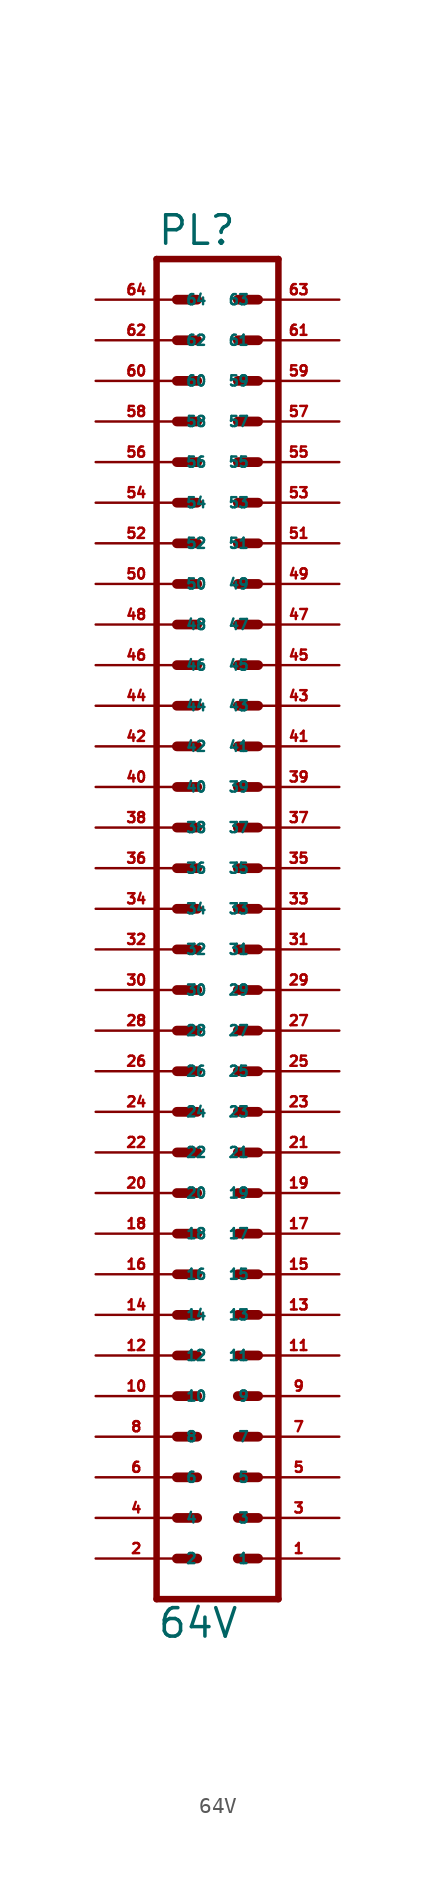
<source format=kicad_sym>
(kicad_symbol_lib
  (version 20220914)
  (generator Eagle2Kicad)
  (symbol "64V"
    (property "Reference" "PL"
      (at -3.81 41.402 0)
      (effects (font (size 1.778 1.778) (thickness 0.22)) (justify left bottom)))
    (property "Value" "64V"
      (at -3.81 -45.72 0)
      (effects (font (size 1.778 1.778) (thickness 0.22)) (justify left bottom)))
    (polyline
      (pts (xy 3.81 -43.18) (xy -3.81 -43.18))
      (stroke (width 0.406) (type default))
      (fill (type none)))
    (polyline
      (pts (xy 1.27 -30.48) (xy 2.54 -30.48))
      (stroke (width 0.61) (type default))
      (fill (type none)))
    (polyline
      (pts (xy 1.27 -33.02) (xy 2.54 -33.02))
      (stroke (width 0.61) (type default))
      (fill (type none)))
    (polyline
      (pts (xy 1.27 -35.56) (xy 2.54 -35.56))
      (stroke (width 0.61) (type default))
      (fill (type none)))
    (polyline
      (pts (xy 1.27 -38.1) (xy 2.54 -38.1))
      (stroke (width 0.61) (type default))
      (fill (type none)))
    (polyline
      (pts (xy 1.27 -40.64) (xy 2.54 -40.64))
      (stroke (width 0.61) (type default))
      (fill (type none)))
    (polyline
      (pts (xy -2.54 -30.48) (xy -1.27 -30.48))
      (stroke (width 0.61) (type default))
      (fill (type none)))
    (polyline
      (pts (xy -2.54 -33.02) (xy -1.27 -33.02))
      (stroke (width 0.61) (type default))
      (fill (type none)))
    (polyline
      (pts (xy -2.54 -35.56) (xy -1.27 -35.56))
      (stroke (width 0.61) (type default))
      (fill (type none)))
    (polyline
      (pts (xy -2.54 -38.1) (xy -1.27 -38.1))
      (stroke (width 0.61) (type default))
      (fill (type none)))
    (polyline
      (pts (xy -2.54 -40.64) (xy -1.27 -40.64))
      (stroke (width 0.61) (type default))
      (fill (type none)))
    (polyline
      (pts (xy 1.27 -17.78) (xy 2.54 -17.78))
      (stroke (width 0.61) (type default))
      (fill (type none)))
    (polyline
      (pts (xy 1.27 -20.32) (xy 2.54 -20.32))
      (stroke (width 0.61) (type default))
      (fill (type none)))
    (polyline
      (pts (xy 1.27 -22.86) (xy 2.54 -22.86))
      (stroke (width 0.61) (type default))
      (fill (type none)))
    (polyline
      (pts (xy 1.27 -25.4) (xy 2.54 -25.4))
      (stroke (width 0.61) (type default))
      (fill (type none)))
    (polyline
      (pts (xy 1.27 -27.94) (xy 2.54 -27.94))
      (stroke (width 0.61) (type default))
      (fill (type none)))
    (polyline
      (pts (xy -2.54 -17.78) (xy -1.27 -17.78))
      (stroke (width 0.61) (type default))
      (fill (type none)))
    (polyline
      (pts (xy -2.54 -20.32) (xy -1.27 -20.32))
      (stroke (width 0.61) (type default))
      (fill (type none)))
    (polyline
      (pts (xy -2.54 -22.86) (xy -1.27 -22.86))
      (stroke (width 0.61) (type default))
      (fill (type none)))
    (polyline
      (pts (xy -2.54 -25.4) (xy -1.27 -25.4))
      (stroke (width 0.61) (type default))
      (fill (type none)))
    (polyline
      (pts (xy -2.54 -27.94) (xy -1.27 -27.94))
      (stroke (width 0.61) (type default))
      (fill (type none)))
    (polyline
      (pts (xy 1.27 -5.08) (xy 2.54 -5.08))
      (stroke (width 0.61) (type default))
      (fill (type none)))
    (polyline
      (pts (xy 1.27 -7.62) (xy 2.54 -7.62))
      (stroke (width 0.61) (type default))
      (fill (type none)))
    (polyline
      (pts (xy 1.27 -10.16) (xy 2.54 -10.16))
      (stroke (width 0.61) (type default))
      (fill (type none)))
    (polyline
      (pts (xy 1.27 -12.7) (xy 2.54 -12.7))
      (stroke (width 0.61) (type default))
      (fill (type none)))
    (polyline
      (pts (xy 1.27 -15.24) (xy 2.54 -15.24))
      (stroke (width 0.61) (type default))
      (fill (type none)))
    (polyline
      (pts (xy -2.54 -5.08) (xy -1.27 -5.08))
      (stroke (width 0.61) (type default))
      (fill (type none)))
    (polyline
      (pts (xy -2.54 -7.62) (xy -1.27 -7.62))
      (stroke (width 0.61) (type default))
      (fill (type none)))
    (polyline
      (pts (xy -2.54 -10.16) (xy -1.27 -10.16))
      (stroke (width 0.61) (type default))
      (fill (type none)))
    (polyline
      (pts (xy -2.54 -12.7) (xy -1.27 -12.7))
      (stroke (width 0.61) (type default))
      (fill (type none)))
    (polyline
      (pts (xy -2.54 -15.24) (xy -1.27 -15.24))
      (stroke (width 0.61) (type default))
      (fill (type none)))
    (polyline
      (pts (xy -3.81 40.64) (xy -3.81 -43.18))
      (stroke (width 0.406) (type default))
      (fill (type none)))
    (polyline
      (pts (xy 3.81 -43.18) (xy 3.81 40.64))
      (stroke (width 0.406) (type default))
      (fill (type none)))
    (polyline
      (pts (xy -3.81 40.64) (xy 3.81 40.64))
      (stroke (width 0.406) (type default))
      (fill (type none)))
    (polyline
      (pts (xy 1.27 7.62) (xy 2.54 7.62))
      (stroke (width 0.61) (type default))
      (fill (type none)))
    (polyline
      (pts (xy 1.27 5.08) (xy 2.54 5.08))
      (stroke (width 0.61) (type default))
      (fill (type none)))
    (polyline
      (pts (xy 1.27 2.54) (xy 2.54 2.54))
      (stroke (width 0.61) (type default))
      (fill (type none)))
    (polyline
      (pts (xy 1.27 0) (xy 2.54 0))
      (stroke (width 0.61) (type default))
      (fill (type none)))
    (polyline
      (pts (xy 1.27 -2.54) (xy 2.54 -2.54))
      (stroke (width 0.61) (type default))
      (fill (type none)))
    (polyline
      (pts (xy -2.54 7.62) (xy -1.27 7.62))
      (stroke (width 0.61) (type default))
      (fill (type none)))
    (polyline
      (pts (xy -2.54 5.08) (xy -1.27 5.08))
      (stroke (width 0.61) (type default))
      (fill (type none)))
    (polyline
      (pts (xy -2.54 2.54) (xy -1.27 2.54))
      (stroke (width 0.61) (type default))
      (fill (type none)))
    (polyline
      (pts (xy -2.54 0) (xy -1.27 0))
      (stroke (width 0.61) (type default))
      (fill (type none)))
    (polyline
      (pts (xy -2.54 -2.54) (xy -1.27 -2.54))
      (stroke (width 0.61) (type default))
      (fill (type none)))
    (polyline
      (pts (xy 1.27 20.32) (xy 2.54 20.32))
      (stroke (width 0.61) (type default))
      (fill (type none)))
    (polyline
      (pts (xy 1.27 17.78) (xy 2.54 17.78))
      (stroke (width 0.61) (type default))
      (fill (type none)))
    (polyline
      (pts (xy 1.27 15.24) (xy 2.54 15.24))
      (stroke (width 0.61) (type default))
      (fill (type none)))
    (polyline
      (pts (xy 1.27 12.7) (xy 2.54 12.7))
      (stroke (width 0.61) (type default))
      (fill (type none)))
    (polyline
      (pts (xy 1.27 10.16) (xy 2.54 10.16))
      (stroke (width 0.61) (type default))
      (fill (type none)))
    (polyline
      (pts (xy -2.54 20.32) (xy -1.27 20.32))
      (stroke (width 0.61) (type default))
      (fill (type none)))
    (polyline
      (pts (xy -2.54 17.78) (xy -1.27 17.78))
      (stroke (width 0.61) (type default))
      (fill (type none)))
    (polyline
      (pts (xy -2.54 15.24) (xy -1.27 15.24))
      (stroke (width 0.61) (type default))
      (fill (type none)))
    (polyline
      (pts (xy -2.54 12.7) (xy -1.27 12.7))
      (stroke (width 0.61) (type default))
      (fill (type none)))
    (polyline
      (pts (xy -2.54 10.16) (xy -1.27 10.16))
      (stroke (width 0.61) (type default))
      (fill (type none)))
    (polyline
      (pts (xy 1.27 22.86) (xy 2.54 22.86))
      (stroke (width 0.61) (type default))
      (fill (type none)))
    (polyline
      (pts (xy -2.54 22.86) (xy -1.27 22.86))
      (stroke (width 0.61) (type default))
      (fill (type none)))
    (polyline
      (pts (xy 1.27 35.56) (xy 2.54 35.56))
      (stroke (width 0.61) (type default))
      (fill (type none)))
    (polyline
      (pts (xy 1.27 33.02) (xy 2.54 33.02))
      (stroke (width 0.61) (type default))
      (fill (type none)))
    (polyline
      (pts (xy 1.27 30.48) (xy 2.54 30.48))
      (stroke (width 0.61) (type default))
      (fill (type none)))
    (polyline
      (pts (xy 1.27 27.94) (xy 2.54 27.94))
      (stroke (width 0.61) (type default))
      (fill (type none)))
    (polyline
      (pts (xy 1.27 25.4) (xy 2.54 25.4))
      (stroke (width 0.61) (type default))
      (fill (type none)))
    (polyline
      (pts (xy -2.54 35.56) (xy -1.27 35.56))
      (stroke (width 0.61) (type default))
      (fill (type none)))
    (polyline
      (pts (xy -2.54 33.02) (xy -1.27 33.02))
      (stroke (width 0.61) (type default))
      (fill (type none)))
    (polyline
      (pts (xy -2.54 30.48) (xy -1.27 30.48))
      (stroke (width 0.61) (type default))
      (fill (type none)))
    (polyline
      (pts (xy -2.54 27.94) (xy -1.27 27.94))
      (stroke (width 0.61) (type default))
      (fill (type none)))
    (polyline
      (pts (xy -2.54 25.4) (xy -1.27 25.4))
      (stroke (width 0.61) (type default))
      (fill (type none)))
    (polyline
      (pts (xy 1.27 38.1) (xy 2.54 38.1))
      (stroke (width 0.61) (type default))
      (fill (type none)))
    (polyline
      (pts (xy -2.54 38.1) (xy -1.27 38.1))
      (stroke (width 0.61) (type default))
      (fill (type none)))
    (pin passive line
      (at 7.62 -40.64 180)
      (length 5.08)
      (name "1" (effects (font (size 0.635 0.635) (thickness 0.08)) (justify left bottom)))
      (number "1" (effects (font (size 0.635 0.635) (thickness 0.08)) (justify left bottom))))
    (pin passive line
      (at 7.62 -38.1 180)
      (length 5.08)
      (name "3" (effects (font (size 0.635 0.635) (thickness 0.08)) (justify left bottom)))
      (number "3" (effects (font (size 0.635 0.635) (thickness 0.08)) (justify left bottom))))
    (pin passive line
      (at 7.62 -35.56 180)
      (length 5.08)
      (name "5" (effects (font (size 0.635 0.635) (thickness 0.08)) (justify left bottom)))
      (number "5" (effects (font (size 0.635 0.635) (thickness 0.08)) (justify left bottom))))
    (pin passive line
      (at 7.62 -33.02 180)
      (length 5.08)
      (name "7" (effects (font (size 0.635 0.635) (thickness 0.08)) (justify left bottom)))
      (number "7" (effects (font (size 0.635 0.635) (thickness 0.08)) (justify left bottom))))
    (pin passive line
      (at 7.62 -30.48 180)
      (length 5.08)
      (name "9" (effects (font (size 0.635 0.635) (thickness 0.08)) (justify left bottom)))
      (number "9" (effects (font (size 0.635 0.635) (thickness 0.08)) (justify left bottom))))
    (pin passive line
      (at -7.62 -40.64 0)
      (length 5.08)
      (name "2" (effects (font (size 0.635 0.635) (thickness 0.08)) (justify left bottom)))
      (number "2" (effects (font (size 0.635 0.635) (thickness 0.08)) (justify left bottom))))
    (pin passive line
      (at -7.62 -38.1 0)
      (length 5.08)
      (name "4" (effects (font (size 0.635 0.635) (thickness 0.08)) (justify left bottom)))
      (number "4" (effects (font (size 0.635 0.635) (thickness 0.08)) (justify left bottom))))
    (pin passive line
      (at -7.62 -35.56 0)
      (length 5.08)
      (name "6" (effects (font (size 0.635 0.635) (thickness 0.08)) (justify left bottom)))
      (number "6" (effects (font (size 0.635 0.635) (thickness 0.08)) (justify left bottom))))
    (pin passive line
      (at -7.62 -33.02 0)
      (length 5.08)
      (name "8" (effects (font (size 0.635 0.635) (thickness 0.08)) (justify left bottom)))
      (number "8" (effects (font (size 0.635 0.635) (thickness 0.08)) (justify left bottom))))
    (pin passive line
      (at -7.62 -30.48 0)
      (length 5.08)
      (name "10" (effects (font (size 0.635 0.635) (thickness 0.08)) (justify left bottom)))
      (number "10" (effects (font (size 0.635 0.635) (thickness 0.08)) (justify left bottom))))
    (pin passive line
      (at 7.62 -27.94 180)
      (length 5.08)
      (name "11" (effects (font (size 0.635 0.635) (thickness 0.08)) (justify left bottom)))
      (number "11" (effects (font (size 0.635 0.635) (thickness 0.08)) (justify left bottom))))
    (pin passive line
      (at 7.62 -25.4 180)
      (length 5.08)
      (name "13" (effects (font (size 0.635 0.635) (thickness 0.08)) (justify left bottom)))
      (number "13" (effects (font (size 0.635 0.635) (thickness 0.08)) (justify left bottom))))
    (pin passive line
      (at 7.62 -22.86 180)
      (length 5.08)
      (name "15" (effects (font (size 0.635 0.635) (thickness 0.08)) (justify left bottom)))
      (number "15" (effects (font (size 0.635 0.635) (thickness 0.08)) (justify left bottom))))
    (pin passive line
      (at 7.62 -20.32 180)
      (length 5.08)
      (name "17" (effects (font (size 0.635 0.635) (thickness 0.08)) (justify left bottom)))
      (number "17" (effects (font (size 0.635 0.635) (thickness 0.08)) (justify left bottom))))
    (pin passive line
      (at 7.62 -17.78 180)
      (length 5.08)
      (name "19" (effects (font (size 0.635 0.635) (thickness 0.08)) (justify left bottom)))
      (number "19" (effects (font (size 0.635 0.635) (thickness 0.08)) (justify left bottom))))
    (pin passive line
      (at -7.62 -27.94 0)
      (length 5.08)
      (name "12" (effects (font (size 0.635 0.635) (thickness 0.08)) (justify left bottom)))
      (number "12" (effects (font (size 0.635 0.635) (thickness 0.08)) (justify left bottom))))
    (pin passive line
      (at -7.62 -25.4 0)
      (length 5.08)
      (name "14" (effects (font (size 0.635 0.635) (thickness 0.08)) (justify left bottom)))
      (number "14" (effects (font (size 0.635 0.635) (thickness 0.08)) (justify left bottom))))
    (pin passive line
      (at -7.62 -22.86 0)
      (length 5.08)
      (name "16" (effects (font (size 0.635 0.635) (thickness 0.08)) (justify left bottom)))
      (number "16" (effects (font (size 0.635 0.635) (thickness 0.08)) (justify left bottom))))
    (pin passive line
      (at -7.62 -20.32 0)
      (length 5.08)
      (name "18" (effects (font (size 0.635 0.635) (thickness 0.08)) (justify left bottom)))
      (number "18" (effects (font (size 0.635 0.635) (thickness 0.08)) (justify left bottom))))
    (pin passive line
      (at -7.62 -17.78 0)
      (length 5.08)
      (name "20" (effects (font (size 0.635 0.635) (thickness 0.08)) (justify left bottom)))
      (number "20" (effects (font (size 0.635 0.635) (thickness 0.08)) (justify left bottom))))
    (pin passive line
      (at 7.62 -15.24 180)
      (length 5.08)
      (name "21" (effects (font (size 0.635 0.635) (thickness 0.08)) (justify left bottom)))
      (number "21" (effects (font (size 0.635 0.635) (thickness 0.08)) (justify left bottom))))
    (pin passive line
      (at 7.62 -12.7 180)
      (length 5.08)
      (name "23" (effects (font (size 0.635 0.635) (thickness 0.08)) (justify left bottom)))
      (number "23" (effects (font (size 0.635 0.635) (thickness 0.08)) (justify left bottom))))
    (pin passive line
      (at 7.62 -10.16 180)
      (length 5.08)
      (name "25" (effects (font (size 0.635 0.635) (thickness 0.08)) (justify left bottom)))
      (number "25" (effects (font (size 0.635 0.635) (thickness 0.08)) (justify left bottom))))
    (pin passive line
      (at 7.62 -7.62 180)
      (length 5.08)
      (name "27" (effects (font (size 0.635 0.635) (thickness 0.08)) (justify left bottom)))
      (number "27" (effects (font (size 0.635 0.635) (thickness 0.08)) (justify left bottom))))
    (pin passive line
      (at 7.62 -5.08 180)
      (length 5.08)
      (name "29" (effects (font (size 0.635 0.635) (thickness 0.08)) (justify left bottom)))
      (number "29" (effects (font (size 0.635 0.635) (thickness 0.08)) (justify left bottom))))
    (pin passive line
      (at -7.62 -15.24 0)
      (length 5.08)
      (name "22" (effects (font (size 0.635 0.635) (thickness 0.08)) (justify left bottom)))
      (number "22" (effects (font (size 0.635 0.635) (thickness 0.08)) (justify left bottom))))
    (pin passive line
      (at -7.62 -12.7 0)
      (length 5.08)
      (name "24" (effects (font (size 0.635 0.635) (thickness 0.08)) (justify left bottom)))
      (number "24" (effects (font (size 0.635 0.635) (thickness 0.08)) (justify left bottom))))
    (pin passive line
      (at -7.62 -10.16 0)
      (length 5.08)
      (name "26" (effects (font (size 0.635 0.635) (thickness 0.08)) (justify left bottom)))
      (number "26" (effects (font (size 0.635 0.635) (thickness 0.08)) (justify left bottom))))
    (pin passive line
      (at -7.62 -7.62 0)
      (length 5.08)
      (name "28" (effects (font (size 0.635 0.635) (thickness 0.08)) (justify left bottom)))
      (number "28" (effects (font (size 0.635 0.635) (thickness 0.08)) (justify left bottom))))
    (pin passive line
      (at -7.62 -5.08 0)
      (length 5.08)
      (name "30" (effects (font (size 0.635 0.635) (thickness 0.08)) (justify left bottom)))
      (number "30" (effects (font (size 0.635 0.635) (thickness 0.08)) (justify left bottom))))
    (pin passive line
      (at 7.62 -2.54 180)
      (length 5.08)
      (name "31" (effects (font (size 0.635 0.635) (thickness 0.08)) (justify left bottom)))
      (number "31" (effects (font (size 0.635 0.635) (thickness 0.08)) (justify left bottom))))
    (pin passive line
      (at 7.62 0 180)
      (length 5.08)
      (name "33" (effects (font (size 0.635 0.635) (thickness 0.08)) (justify left bottom)))
      (number "33" (effects (font (size 0.635 0.635) (thickness 0.08)) (justify left bottom))))
    (pin passive line
      (at 7.62 2.54 180)
      (length 5.08)
      (name "35" (effects (font (size 0.635 0.635) (thickness 0.08)) (justify left bottom)))
      (number "35" (effects (font (size 0.635 0.635) (thickness 0.08)) (justify left bottom))))
    (pin passive line
      (at 7.62 5.08 180)
      (length 5.08)
      (name "37" (effects (font (size 0.635 0.635) (thickness 0.08)) (justify left bottom)))
      (number "37" (effects (font (size 0.635 0.635) (thickness 0.08)) (justify left bottom))))
    (pin passive line
      (at 7.62 7.62 180)
      (length 5.08)
      (name "39" (effects (font (size 0.635 0.635) (thickness 0.08)) (justify left bottom)))
      (number "39" (effects (font (size 0.635 0.635) (thickness 0.08)) (justify left bottom))))
    (pin passive line
      (at -7.62 -2.54 0)
      (length 5.08)
      (name "32" (effects (font (size 0.635 0.635) (thickness 0.08)) (justify left bottom)))
      (number "32" (effects (font (size 0.635 0.635) (thickness 0.08)) (justify left bottom))))
    (pin passive line
      (at -7.62 0 0)
      (length 5.08)
      (name "34" (effects (font (size 0.635 0.635) (thickness 0.08)) (justify left bottom)))
      (number "34" (effects (font (size 0.635 0.635) (thickness 0.08)) (justify left bottom))))
    (pin passive line
      (at -7.62 2.54 0)
      (length 5.08)
      (name "36" (effects (font (size 0.635 0.635) (thickness 0.08)) (justify left bottom)))
      (number "36" (effects (font (size 0.635 0.635) (thickness 0.08)) (justify left bottom))))
    (pin passive line
      (at -7.62 5.08 0)
      (length 5.08)
      (name "38" (effects (font (size 0.635 0.635) (thickness 0.08)) (justify left bottom)))
      (number "38" (effects (font (size 0.635 0.635) (thickness 0.08)) (justify left bottom))))
    (pin passive line
      (at -7.62 7.62 0)
      (length 5.08)
      (name "40" (effects (font (size 0.635 0.635) (thickness 0.08)) (justify left bottom)))
      (number "40" (effects (font (size 0.635 0.635) (thickness 0.08)) (justify left bottom))))
    (pin passive line
      (at 7.62 10.16 180)
      (length 5.08)
      (name "41" (effects (font (size 0.635 0.635) (thickness 0.08)) (justify left bottom)))
      (number "41" (effects (font (size 0.635 0.635) (thickness 0.08)) (justify left bottom))))
    (pin passive line
      (at 7.62 12.7 180)
      (length 5.08)
      (name "43" (effects (font (size 0.635 0.635) (thickness 0.08)) (justify left bottom)))
      (number "43" (effects (font (size 0.635 0.635) (thickness 0.08)) (justify left bottom))))
    (pin passive line
      (at 7.62 15.24 180)
      (length 5.08)
      (name "45" (effects (font (size 0.635 0.635) (thickness 0.08)) (justify left bottom)))
      (number "45" (effects (font (size 0.635 0.635) (thickness 0.08)) (justify left bottom))))
    (pin passive line
      (at 7.62 17.78 180)
      (length 5.08)
      (name "47" (effects (font (size 0.635 0.635) (thickness 0.08)) (justify left bottom)))
      (number "47" (effects (font (size 0.635 0.635) (thickness 0.08)) (justify left bottom))))
    (pin passive line
      (at 7.62 20.32 180)
      (length 5.08)
      (name "49" (effects (font (size 0.635 0.635) (thickness 0.08)) (justify left bottom)))
      (number "49" (effects (font (size 0.635 0.635) (thickness 0.08)) (justify left bottom))))
    (pin passive line
      (at -7.62 10.16 0)
      (length 5.08)
      (name "42" (effects (font (size 0.635 0.635) (thickness 0.08)) (justify left bottom)))
      (number "42" (effects (font (size 0.635 0.635) (thickness 0.08)) (justify left bottom))))
    (pin passive line
      (at -7.62 12.7 0)
      (length 5.08)
      (name "44" (effects (font (size 0.635 0.635) (thickness 0.08)) (justify left bottom)))
      (number "44" (effects (font (size 0.635 0.635) (thickness 0.08)) (justify left bottom))))
    (pin passive line
      (at -7.62 15.24 0)
      (length 5.08)
      (name "46" (effects (font (size 0.635 0.635) (thickness 0.08)) (justify left bottom)))
      (number "46" (effects (font (size 0.635 0.635) (thickness 0.08)) (justify left bottom))))
    (pin passive line
      (at -7.62 17.78 0)
      (length 5.08)
      (name "48" (effects (font (size 0.635 0.635) (thickness 0.08)) (justify left bottom)))
      (number "48" (effects (font (size 0.635 0.635) (thickness 0.08)) (justify left bottom))))
    (pin passive line
      (at -7.62 20.32 0)
      (length 5.08)
      (name "50" (effects (font (size 0.635 0.635) (thickness 0.08)) (justify left bottom)))
      (number "50" (effects (font (size 0.635 0.635) (thickness 0.08)) (justify left bottom))))
    (pin passive line
      (at 7.62 22.86 180)
      (length 5.08)
      (name "51" (effects (font (size 0.635 0.635) (thickness 0.08)) (justify left bottom)))
      (number "51" (effects (font (size 0.635 0.635) (thickness 0.08)) (justify left bottom))))
    (pin passive line
      (at -7.62 22.86 0)
      (length 5.08)
      (name "52" (effects (font (size 0.635 0.635) (thickness 0.08)) (justify left bottom)))
      (number "52" (effects (font (size 0.635 0.635) (thickness 0.08)) (justify left bottom))))
    (pin passive line
      (at 7.62 25.4 180)
      (length 5.08)
      (name "53" (effects (font (size 0.635 0.635) (thickness 0.08)) (justify left bottom)))
      (number "53" (effects (font (size 0.635 0.635) (thickness 0.08)) (justify left bottom))))
    (pin passive line
      (at 7.62 27.94 180)
      (length 5.08)
      (name "55" (effects (font (size 0.635 0.635) (thickness 0.08)) (justify left bottom)))
      (number "55" (effects (font (size 0.635 0.635) (thickness 0.08)) (justify left bottom))))
    (pin passive line
      (at 7.62 30.48 180)
      (length 5.08)
      (name "57" (effects (font (size 0.635 0.635) (thickness 0.08)) (justify left bottom)))
      (number "57" (effects (font (size 0.635 0.635) (thickness 0.08)) (justify left bottom))))
    (pin passive line
      (at 7.62 33.02 180)
      (length 5.08)
      (name "59" (effects (font (size 0.635 0.635) (thickness 0.08)) (justify left bottom)))
      (number "59" (effects (font (size 0.635 0.635) (thickness 0.08)) (justify left bottom))))
    (pin passive line
      (at 7.62 35.56 180)
      (length 5.08)
      (name "61" (effects (font (size 0.635 0.635) (thickness 0.08)) (justify left bottom)))
      (number "61" (effects (font (size 0.635 0.635) (thickness 0.08)) (justify left bottom))))
    (pin passive line
      (at -7.62 25.4 0)
      (length 5.08)
      (name "54" (effects (font (size 0.635 0.635) (thickness 0.08)) (justify left bottom)))
      (number "54" (effects (font (size 0.635 0.635) (thickness 0.08)) (justify left bottom))))
    (pin passive line
      (at -7.62 27.94 0)
      (length 5.08)
      (name "56" (effects (font (size 0.635 0.635) (thickness 0.08)) (justify left bottom)))
      (number "56" (effects (font (size 0.635 0.635) (thickness 0.08)) (justify left bottom))))
    (pin passive line
      (at -7.62 30.48 0)
      (length 5.08)
      (name "58" (effects (font (size 0.635 0.635) (thickness 0.08)) (justify left bottom)))
      (number "58" (effects (font (size 0.635 0.635) (thickness 0.08)) (justify left bottom))))
    (pin passive line
      (at -7.62 33.02 0)
      (length 5.08)
      (name "60" (effects (font (size 0.635 0.635) (thickness 0.08)) (justify left bottom)))
      (number "60" (effects (font (size 0.635 0.635) (thickness 0.08)) (justify left bottom))))
    (pin passive line
      (at -7.62 35.56 0)
      (length 5.08)
      (name "62" (effects (font (size 0.635 0.635) (thickness 0.08)) (justify left bottom)))
      (number "62" (effects (font (size 0.635 0.635) (thickness 0.08)) (justify left bottom))))
    (pin passive line
      (at -7.62 38.1 0)
      (length 5.08)
      (name "64" (effects (font (size 0.635 0.635) (thickness 0.08)) (justify left bottom)))
      (number "64" (effects (font (size 0.635 0.635) (thickness 0.08)) (justify left bottom))))
    (pin passive line
      (at 7.62 38.1 180)
      (length 5.08)
      (name "63" (effects (font (size 0.635 0.635) (thickness 0.08)) (justify left bottom)))
      (number "63" (effects (font (size 0.635 0.635) (thickness 0.08)) (justify left bottom))))))
</source>
